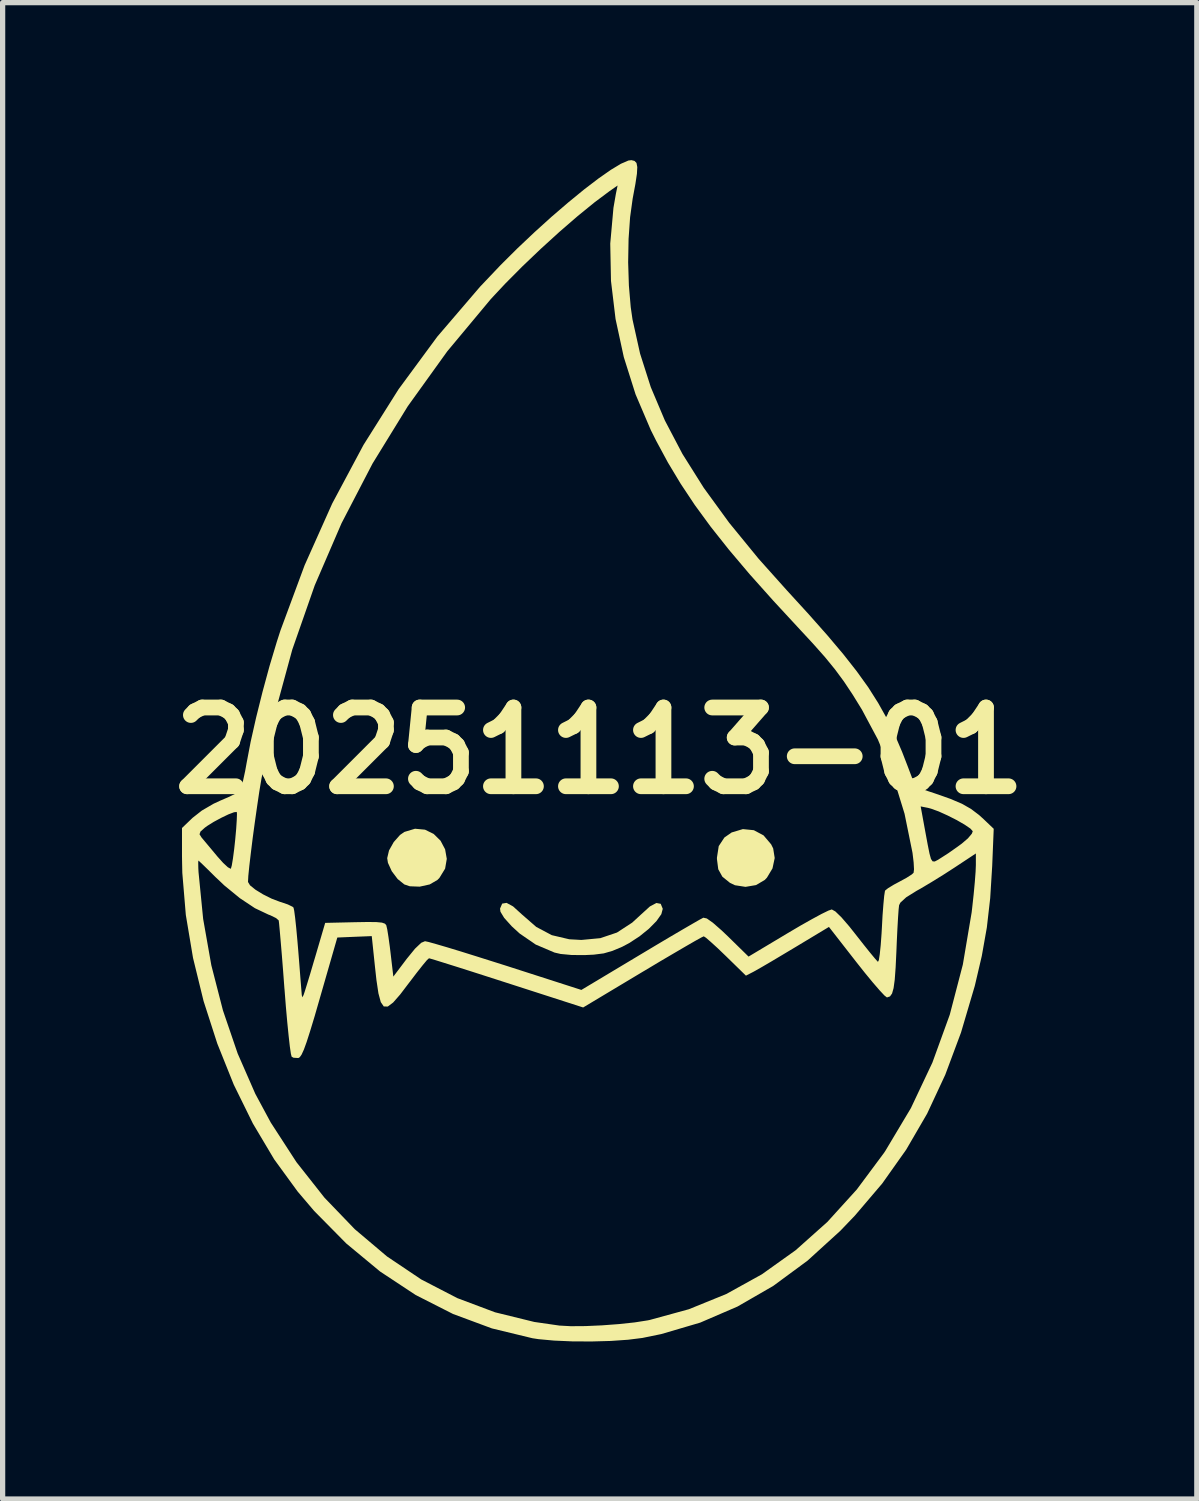
<source format=kicad_pcb>
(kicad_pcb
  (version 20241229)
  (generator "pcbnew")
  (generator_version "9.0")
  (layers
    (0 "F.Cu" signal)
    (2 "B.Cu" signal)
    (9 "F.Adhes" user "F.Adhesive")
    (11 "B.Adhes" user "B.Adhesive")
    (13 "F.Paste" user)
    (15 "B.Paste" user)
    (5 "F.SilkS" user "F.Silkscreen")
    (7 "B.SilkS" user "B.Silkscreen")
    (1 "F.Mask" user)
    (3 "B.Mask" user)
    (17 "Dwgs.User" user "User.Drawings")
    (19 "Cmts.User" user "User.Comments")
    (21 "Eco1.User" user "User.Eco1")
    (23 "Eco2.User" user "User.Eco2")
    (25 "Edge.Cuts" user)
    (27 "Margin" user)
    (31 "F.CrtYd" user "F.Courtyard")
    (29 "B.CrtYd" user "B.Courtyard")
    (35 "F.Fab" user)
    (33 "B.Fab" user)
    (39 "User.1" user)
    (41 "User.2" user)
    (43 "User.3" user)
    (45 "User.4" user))
  (footprint "20251113-01"
    (layer "F.Cu")
    (at 8.371 11.246)
    (property "Reference" "20251113-01" (at 0 0 0) (layer "F.SilkS") (effects (font (size 1.5 1.5) (thickness 0.3))))
    (attr board_only exclude_from_pos_files exclude_from_bom)
    (fp_poly (pts (xy 2.936 1.515) (xy 3.121 1.614) (xy 3.265 1.784) (xy 3.304 1.862) (xy 3.333 2.045) (xy 3.291 2.242) (xy 3.185 2.419) (xy 3.144 2.462) (xy 2.978 2.56) (xy 2.777 2.594) (xy 2.576 2.563) (xy 2.48 2.517) (xy 2.336 2.4) (xy 2.258 2.259) (xy 2.233 2.065) (xy 2.233 2.037) (xy 2.267 1.818) (xy 2.375 1.654) (xy 2.513 1.558) (xy 2.727 1.494)) (stroke (width 0) (type solid)) (fill yes) (layer "F.SilkS"))
    (fp_poly (pts (xy -3.327 1.505) (xy -3.162 1.586) (xy -3.031 1.715) (xy -2.944 1.879) (xy -2.912 2.061) (xy -2.944 2.247) (xy -3.052 2.423) (xy -3.091 2.463) (xy -3.238 2.548) (xy -3.428 2.59) (xy -3.616 2.583) (xy -3.72 2.548) (xy -3.848 2.445) (xy -3.96 2.296) (xy -4.033 2.136) (xy -4.047 2.047) (xy -4.012 1.9) (xy -3.922 1.74) (xy -3.802 1.605) (xy -3.72 1.548) (xy -3.517 1.487)) (stroke (width 0) (type solid)) (fill yes) (layer "F.SilkS"))
    (fp_poly (pts (xy -1.65 2.966) (xy -1.489 3.112) (xy -1.486 3.115) (xy -1.208 3.357) (xy -0.912 3.514) (xy -0.58 3.592) (xy -0.349 3.605) (xy 0.012 3.571) (xy 0.329 3.464) (xy 0.619 3.275) (xy 0.792 3.116) (xy 0.956 2.967) (xy 1.08 2.901) (xy 1.162 2.917) (xy 1.201 3.012) (xy 1.174 3.114) (xy 1.081 3.246) (xy 0.938 3.391) (xy 0.759 3.536) (xy 0.561 3.665) (xy 0.431 3.734) (xy 0.243 3.813) (xy 0.077 3.861) (xy -0.112 3.885) (xy -0.278 3.893) (xy -0.531 3.892) (xy -0.744 3.872) (xy -0.861 3.845) (xy -1.218 3.693) (xy -1.524 3.483) (xy -1.675 3.345) (xy -1.819 3.185) (xy -1.89 3.068) (xy -1.898 3.008) (xy -1.857 2.913) (xy -1.773 2.899)) (stroke (width 0) (type solid)) (fill yes) (layer "F.SilkS"))
    (fp_poly (pts (xy 0.664 -11.231) (xy 0.701 -11.192) (xy 0.716 -11.114) (xy 0.709 -10.986) (xy 0.68 -10.793) (xy 0.63 -10.524) (xy 0.628 -10.514) (xy 0.579 -10.159) (xy 0.55 -9.744) (xy 0.542 -9.3) (xy 0.556 -8.857) (xy 0.591 -8.447) (xy 0.625 -8.211) (xy 0.769 -7.562) (xy 0.973 -6.923) (xy 1.241 -6.289) (xy 1.576 -5.651) (xy 1.983 -5.004) (xy 2.466 -4.34) (xy 3.027 -3.654) (xy 3.562 -3.056) (xy 3.978 -2.601) (xy 4.334 -2.199) (xy 4.637 -1.84) (xy 4.895 -1.512) (xy 5.115 -1.206) (xy 5.303 -0.909) (xy 5.469 -0.613) (xy 5.619 -0.305) (xy 5.76 0.025) (xy 5.862 0.288) (xy 6.015 0.692) (xy 6.392 0.817) (xy 6.679 0.918) (xy 6.898 1.011) (xy 7.072 1.11) (xy 7.225 1.226) (xy 7.309 1.302) (xy 7.504 1.488) (xy 7.475 2.198) (xy 7.437 2.81) (xy 7.373 3.369) (xy 7.277 3.91) (xy 7.146 4.47) (xy 7.141 4.489) (xy 6.881 5.369) (xy 6.581 6.173) (xy 6.236 6.913) (xy 5.837 7.599) (xy 5.381 8.243) (xy 4.86 8.855) (xy 4.583 9.144) (xy 3.958 9.713) (xy 3.305 10.194) (xy 2.624 10.587) (xy 1.914 10.893) (xy 1.173 11.111) (xy 0.812 11.185) (xy 0.54 11.219) (xy 0.208 11.242) (xy -0.156 11.252) (xy -0.525 11.25) (xy -0.87 11.235) (xy -1.164 11.208) (xy -1.282 11.19) (xy -2.053 11.003) (xy -2.794 10.728) (xy -3.505 10.367) (xy -4.183 9.919) (xy -4.827 9.385) (xy -5.438 8.766) (xy -5.752 8.397) (xy -6.198 7.785) (xy -6.605 7.101) (xy -6.969 6.361) (xy -7.283 5.578) (xy -7.544 4.769) (xy -7.745 3.947) (xy -7.882 3.129) (xy -7.949 2.328) (xy -7.953 2.135) (xy -7.646 2.135) (xy -7.644 2.241) (xy -7.64 2.314) (xy -7.552 3.205) (xy -7.396 4.088) (xy -7.175 4.947) (xy -6.895 5.767) (xy -6.559 6.535) (xy -6.264 7.083) (xy -5.775 7.837) (xy -5.241 8.514) (xy -4.665 9.113) (xy -4.05 9.633) (xy -3.398 10.071) (xy -2.712 10.426) (xy -1.994 10.696) (xy -1.246 10.88) (xy -0.768 10.949) (xy -0.551 10.961) (xy -0.272 10.959) (xy 0.043 10.945) (xy 0.365 10.921) (xy 0.665 10.889) (xy 0.915 10.85) (xy 0.954 10.842) (xy 1.698 10.638) (xy 2.411 10.348) (xy 3.09 9.972) (xy 3.732 9.514) (xy 4.335 8.976) (xy 4.896 8.358) (xy 5.412 7.664) (xy 5.439 7.624) (xy 5.927 6.807) (xy 6.336 5.941) (xy 6.667 5.029) (xy 6.916 4.074) (xy 7.084 3.079) (xy 7.095 2.984) (xy 7.122 2.737) (xy 7.144 2.502) (xy 7.159 2.305) (xy 7.164 2.177) (xy 7.164 1.958) (xy 6.757 2.227) (xy 6.543 2.365) (xy 6.315 2.506) (xy 6.11 2.628) (xy 6.036 2.669) (xy 5.837 2.793) (xy 5.726 2.895) (xy 5.702 2.944) (xy 5.693 3.024) (xy 5.682 3.179) (xy 5.67 3.39) (xy 5.658 3.64) (xy 5.651 3.815) (xy 5.636 4.129) (xy 5.619 4.361) (xy 5.597 4.522) (xy 5.568 4.625) (xy 5.529 4.68) (xy 5.478 4.698) (xy 5.469 4.699) (xy 5.423 4.663) (xy 5.332 4.566) (xy 5.204 4.418) (xy 5.05 4.231) (xy 4.889 4.028) (xy 4.366 3.357) (xy 3.715 3.749) (xy 3.484 3.887) (xy 3.271 4.014) (xy 3.093 4.118) (xy 2.967 4.19) (xy 2.925 4.213) (xy 2.785 4.285) (xy 2.401 3.91) (xy 2.247 3.762) (xy 2.115 3.642) (xy 2.022 3.562) (xy 1.982 3.536) (xy 1.934 3.559) (xy 1.817 3.624) (xy 1.642 3.725) (xy 1.418 3.856) (xy 1.156 4.01) (xy 0.867 4.183) (xy 0.816 4.213) (xy -0.315 4.891) (xy -1.766 4.423) (xy -2.117 4.31) (xy -2.438 4.207) (xy -2.721 4.117) (xy -2.954 4.044) (xy -3.127 3.99) (xy -3.228 3.96) (xy -3.251 3.954) (xy -3.29 3.989) (xy -3.371 4.086) (xy -3.484 4.229) (xy -3.617 4.404) (xy -3.629 4.419) (xy -3.8 4.644) (xy -3.933 4.796) (xy -4.035 4.873) (xy -4.112 4.872) (xy -4.169 4.789) (xy -4.214 4.622) (xy -4.252 4.367) (xy -4.281 4.104) (xy -4.341 3.532) (xy -4.669 3.545) (xy -4.997 3.559) (xy -5.325 4.698) (xy -5.429 5.059) (xy -5.514 5.339) (xy -5.581 5.548) (xy -5.634 5.694) (xy -5.677 5.788) (xy -5.712 5.838) (xy -5.739 5.854) (xy -5.832 5.848) (xy -5.867 5.828) (xy -5.881 5.772) (xy -5.901 5.636) (xy -5.924 5.432) (xy -5.95 5.173) (xy -5.977 4.871) (xy -6.003 4.538) (xy -6.004 4.533) (xy -6.029 4.2) (xy -6.053 3.897) (xy -6.075 3.636) (xy -6.093 3.43) (xy -6.106 3.291) (xy -6.113 3.233) (xy -6.113 3.233) (xy -6.163 3.189) (xy -6.269 3.137) (xy -6.309 3.122) (xy -6.566 3) (xy -6.852 2.81) (xy -7.15 2.566) (xy -7.218 2.501) (xy -6.698 2.501) (xy -6.659 2.565) (xy -6.556 2.648) (xy -6.411 2.737) (xy -6.247 2.819) (xy -6.086 2.88) (xy -6.07 2.884) (xy -5.939 2.929) (xy -5.849 2.973) (xy -5.831 2.989) (xy -5.818 3.049) (xy -5.8 3.185) (xy -5.779 3.381) (xy -5.757 3.621) (xy -5.741 3.809) (xy -5.72 4.071) (xy -5.702 4.304) (xy -5.687 4.491) (xy -5.677 4.613) (xy -5.674 4.652) (xy -5.665 4.698) (xy -5.641 4.657) (xy -5.639 4.652) (xy -5.616 4.584) (xy -5.573 4.445) (xy -5.514 4.252) (xy -5.447 4.024) (xy -5.419 3.931) (xy -5.228 3.28) (xy -4.66 3.267) (xy -4.417 3.263) (xy -4.251 3.265) (xy -4.147 3.275) (xy -4.09 3.295) (xy -4.064 3.325) (xy -4.064 3.327) (xy -4.046 3.404) (xy -4.023 3.548) (xy -3.997 3.736) (xy -3.983 3.852) (xy -3.93 4.303) (xy -3.676 3.966) (xy -3.517 3.771) (xy -3.399 3.659) (xy -3.327 3.629) (xy -3.261 3.643) (xy -3.118 3.683) (xy -2.909 3.744) (xy -2.646 3.824) (xy -2.339 3.92) (xy -2 4.027) (xy -1.791 4.093) (xy -0.349 4.557) (xy 0.776 3.883) (xy 1.07 3.707) (xy 1.341 3.546) (xy 1.578 3.407) (xy 1.769 3.296) (xy 1.903 3.219) (xy 1.971 3.183) (xy 1.974 3.181) (xy 2.04 3.196) (xy 2.154 3.276) (xy 2.322 3.423) (xy 2.442 3.537) (xy 2.835 3.922) (xy 3.585 3.473) (xy 3.826 3.331) (xy 4.044 3.208) (xy 4.225 3.11) (xy 4.356 3.046) (xy 4.42 3.024) (xy 4.488 3.062) (xy 4.602 3.172) (xy 4.754 3.348) (xy 4.883 3.511) (xy 5.026 3.693) (xy 5.151 3.849) (xy 5.245 3.962) (xy 5.296 4.019) (xy 5.3 4.022) (xy 5.317 3.987) (xy 5.334 3.875) (xy 5.352 3.702) (xy 5.368 3.482) (xy 5.374 3.378) (xy 5.387 3.136) (xy 5.403 2.927) (xy 5.418 2.767) (xy 5.432 2.676) (xy 5.437 2.663) (xy 5.492 2.619) (xy 5.604 2.551) (xy 5.707 2.496) (xy 5.843 2.422) (xy 5.943 2.358) (xy 5.978 2.326) (xy 5.986 2.26) (xy 5.979 2.128) (xy 5.959 1.959) (xy 5.956 1.939) (xy 5.806 1.202) (xy 5.763 1.062) (xy 6.113 1.062) (xy 6.201 1.543) (xy 6.247 1.791) (xy 6.281 1.96) (xy 6.309 2.062) (xy 6.34 2.108) (xy 6.381 2.111) (xy 6.437 2.082) (xy 6.501 2.042) (xy 6.641 1.952) (xy 6.806 1.836) (xy 6.895 1.771) (xy 7.012 1.671) (xy 7.087 1.582) (xy 7.105 1.535) (xy 7.06 1.484) (xy 6.95 1.409) (xy 6.799 1.322) (xy 6.627 1.235) (xy 6.457 1.158) (xy 6.311 1.105) (xy 6.255 1.09) (xy 6.113 1.062) (xy 5.763 1.062) (xy 5.583 0.478) (xy 5.298 -0.212) (xy 4.993 -0.783) (xy 4.816 -1.07) (xy 4.651 -1.318) (xy 4.481 -1.548) (xy 4.29 -1.782) (xy 4.061 -2.04) (xy 3.82 -2.3) (xy 3.306 -2.856) (xy 2.855 -3.361) (xy 2.461 -3.827) (xy 2.116 -4.262) (xy 1.812 -4.677) (xy 1.543 -5.082) (xy 1.3 -5.486) (xy 1.076 -5.901) (xy 0.973 -6.106) (xy 0.683 -6.786) (xy 0.459 -7.495) (xy 0.302 -8.221) (xy 0.215 -8.946) (xy 0.201 -9.657) (xy 0.262 -10.338) (xy 0.308 -10.603) (xy 0.341 -10.763) (xy 0.182 -10.652) (xy -0.096 -10.444) (xy -0.418 -10.182) (xy -0.767 -9.88) (xy -1.124 -9.555) (xy -1.473 -9.222) (xy -1.797 -8.896) (xy -2.072 -8.602) (xy -2.903 -7.605) (xy -3.655 -6.559) (xy -4.326 -5.468) (xy -4.917 -4.33) (xy -5.427 -3.148) (xy -5.855 -1.923) (xy -6.2 -0.656) (xy -6.442 0.535) (xy -6.483 0.781) (xy -6.525 1.065) (xy -6.568 1.366) (xy -6.609 1.668) (xy -6.644 1.951) (xy -6.673 2.197) (xy -6.692 2.387) (xy -6.698 2.501) (xy -7.218 2.501) (xy -7.317 2.408) (xy -7.453 2.273) (xy -7.562 2.167) (xy -7.629 2.104) (xy -7.643 2.093) (xy -7.646 2.135) (xy -7.953 2.135) (xy -7.955 2.013) (xy -7.955 1.593) (xy -7.621 1.593) (xy -7.583 1.654) (xy -7.579 1.658) (xy -7.514 1.736) (xy -7.411 1.859) (xy -7.291 2.003) (xy -7.282 2.014) (xy -7.171 2.138) (xy -7.081 2.221) (xy -7.029 2.249) (xy -7.024 2.247) (xy -7.007 2.188) (xy -6.985 2.057) (xy -6.961 1.874) (xy -6.942 1.699) (xy -6.923 1.491) (xy -6.912 1.32) (xy -6.908 1.206) (xy -6.912 1.167) (xy -6.964 1.173) (xy -7.072 1.214) (xy -7.209 1.28) (xy -7.352 1.357) (xy -7.475 1.434) (xy -7.519 1.466) (xy -7.603 1.541) (xy -7.621 1.593) (xy -7.955 1.593) (xy -7.955 1.473) (xy -7.754 1.28) (xy -7.577 1.141) (xy -7.354 1.011) (xy -7.231 0.954) (xy -7.067 0.883) (xy -6.935 0.819) (xy -6.861 0.774) (xy -6.857 0.771) (xy -6.829 0.707) (xy -6.792 0.572) (xy -6.752 0.388) (xy -6.724 0.233) (xy -6.647 -0.171) (xy -6.543 -0.632) (xy -6.421 -1.121) (xy -6.288 -1.611) (xy -6.15 -2.071) (xy -6.079 -2.291) (xy -5.62 -3.53) (xy -5.094 -4.707) (xy -4.498 -5.823) (xy -3.831 -6.882) (xy -3.092 -7.886) (xy -2.278 -8.836) (xy -1.886 -9.249) (xy -1.566 -9.567) (xy -1.239 -9.876) (xy -0.914 -10.17) (xy -0.597 -10.442) (xy -0.299 -10.686) (xy -0.027 -10.894) (xy 0.21 -11.06) (xy 0.404 -11.177) (xy 0.547 -11.239) (xy 0.605 -11.246)) (stroke (width 0) (type solid)) (fill yes) (layer "F.SilkS")))
  (gr_rect
    (start -3 -3)
    (end 19.743 25.498)
    (stroke (width 0.1) (type default))
    (fill no)
    (layer "Edge.Cuts")))
</source>
